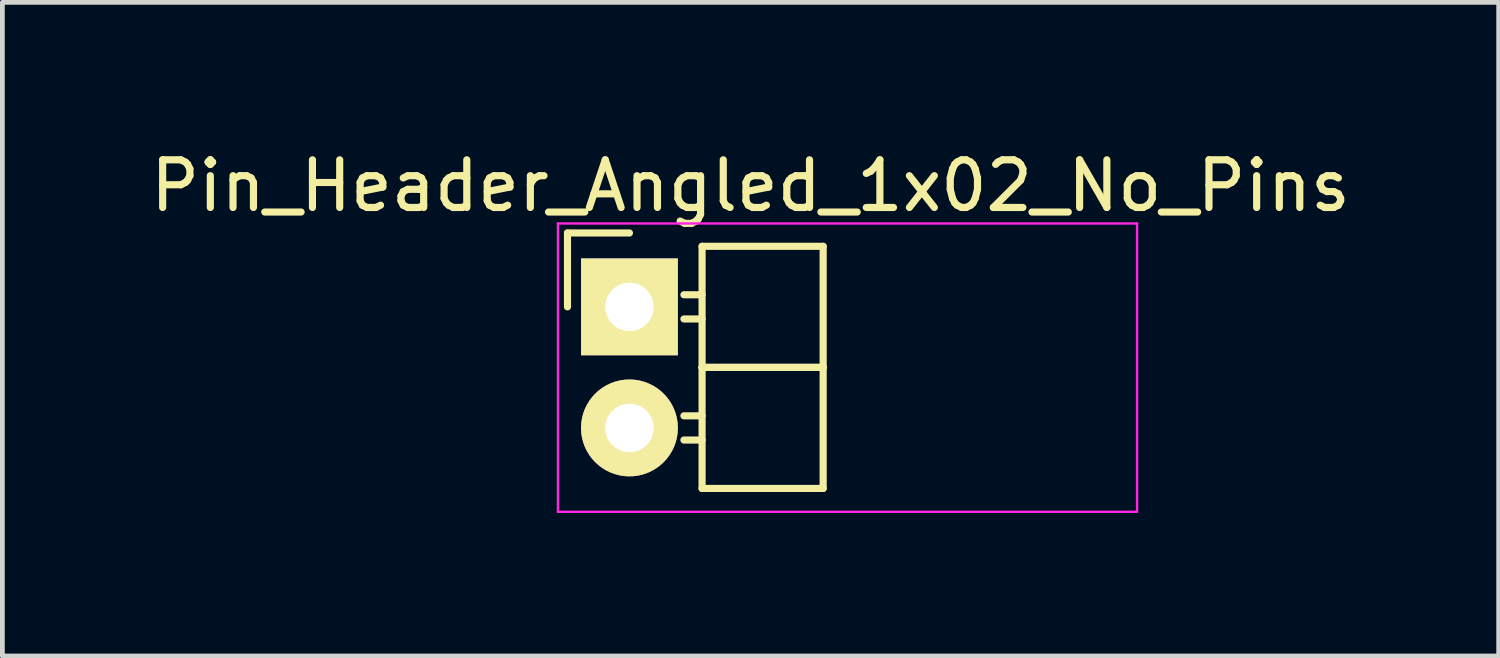
<source format=kicad_pcb>
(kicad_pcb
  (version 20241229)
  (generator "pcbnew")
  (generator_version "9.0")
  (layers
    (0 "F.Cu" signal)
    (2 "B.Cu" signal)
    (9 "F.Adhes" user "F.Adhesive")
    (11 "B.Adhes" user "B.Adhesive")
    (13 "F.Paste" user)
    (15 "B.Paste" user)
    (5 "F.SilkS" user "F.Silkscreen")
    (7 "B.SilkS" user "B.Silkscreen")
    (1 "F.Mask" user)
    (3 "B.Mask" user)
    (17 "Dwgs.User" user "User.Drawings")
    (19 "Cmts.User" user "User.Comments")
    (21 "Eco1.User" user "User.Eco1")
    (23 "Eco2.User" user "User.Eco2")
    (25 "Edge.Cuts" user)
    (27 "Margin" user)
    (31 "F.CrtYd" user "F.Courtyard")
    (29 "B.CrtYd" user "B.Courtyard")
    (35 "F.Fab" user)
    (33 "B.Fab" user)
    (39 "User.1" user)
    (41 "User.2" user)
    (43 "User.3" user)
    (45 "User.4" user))
  (footprint "Pin_Header_Angled_1x02_No_Pins"
    (layer "F.Cu")
    (at 10.156 3.388)
    (property "Reference" "Pin_Header_Angled_1x02_No_Pins" (at 2.54 -2.54 0) (layer "F.SilkS") (effects (font (size 1 1) (thickness 0.15))))
    (attr through_hole)
    (fp_line (start -1.3 -1.55) (end -1.3 0) (stroke (width 0.15) (type solid)) (layer "F.SilkS"))
    (fp_line (start 0 -1.55) (end -1.3 -1.55) (stroke (width 0.15) (type solid)) (layer "F.SilkS"))
    (fp_line (start 1.524 -1.27) (end 1.524 1.27) (stroke (width 0.15) (type solid)) (layer "F.SilkS"))
    (fp_line (start 1.524 -1.27) (end 4.064 -1.27) (stroke (width 0.15) (type solid)) (layer "F.SilkS"))
    (fp_line (start 1.524 -0.254) (end 1.143 -0.254) (stroke (width 0.15) (type solid)) (layer "F.SilkS"))
    (fp_line (start 1.524 0.254) (end 1.143 0.254) (stroke (width 0.15) (type solid)) (layer "F.SilkS"))
    (fp_line (start 1.524 1.27) (end 1.524 3.81) (stroke (width 0.15) (type solid)) (layer "F.SilkS"))
    (fp_line (start 1.524 1.27) (end 4.064 1.27) (stroke (width 0.15) (type solid)) (layer "F.SilkS"))
    (fp_line (start 1.524 1.27) (end 4.064 1.27) (stroke (width 0.15) (type solid)) (layer "F.SilkS"))
    (fp_line (start 1.524 2.286) (end 1.143 2.286) (stroke (width 0.15) (type solid)) (layer "F.SilkS"))
    (fp_line (start 1.524 2.794) (end 1.143 2.794) (stroke (width 0.15) (type solid)) (layer "F.SilkS"))
    (fp_line (start 1.524 3.81) (end 4.064 3.81) (stroke (width 0.15) (type solid)) (layer "F.SilkS"))
    (fp_line (start 4.064 1.27) (end 4.064 -1.27) (stroke (width 0.15) (type solid)) (layer "F.SilkS"))
    (fp_line (start 4.064 3.81) (end 4.064 1.27) (stroke (width 0.15) (type solid)) (layer "F.SilkS"))
    (fp_line (start -1.5 -1.75) (end -1.5 4.3) (stroke (width 0.05) (type solid)) (layer "F.CrtYd"))
    (fp_line (start -1.5 -1.75) (end 10.65 -1.75) (stroke (width 0.05) (type solid)) (layer "F.CrtYd"))
    (fp_line (start -1.5 4.3) (end 10.65 4.3) (stroke (width 0.05) (type solid)) (layer "F.CrtYd"))
    (fp_line (start 10.65 -1.75) (end 10.65 4.3) (stroke (width 0.05) (type solid)) (layer "F.CrtYd"))
    (pad "1" thru_hole rect (at 0 0) (size 2.032 2.032) (drill 1.016) (layers "*.Cu" "*.Mask" "F.SilkS"))
    (pad "2" thru_hole oval (at 0 2.54) (size 2.032 2.032) (drill 1.016) (layers "*.Cu" "*.Mask" "F.SilkS")))
  (gr_rect
    (start -3 -3)
    (end 28.393 10.713)
    (stroke (width 0.1) (type default))
    (fill no)
    (layer "Edge.Cuts")))
</source>
